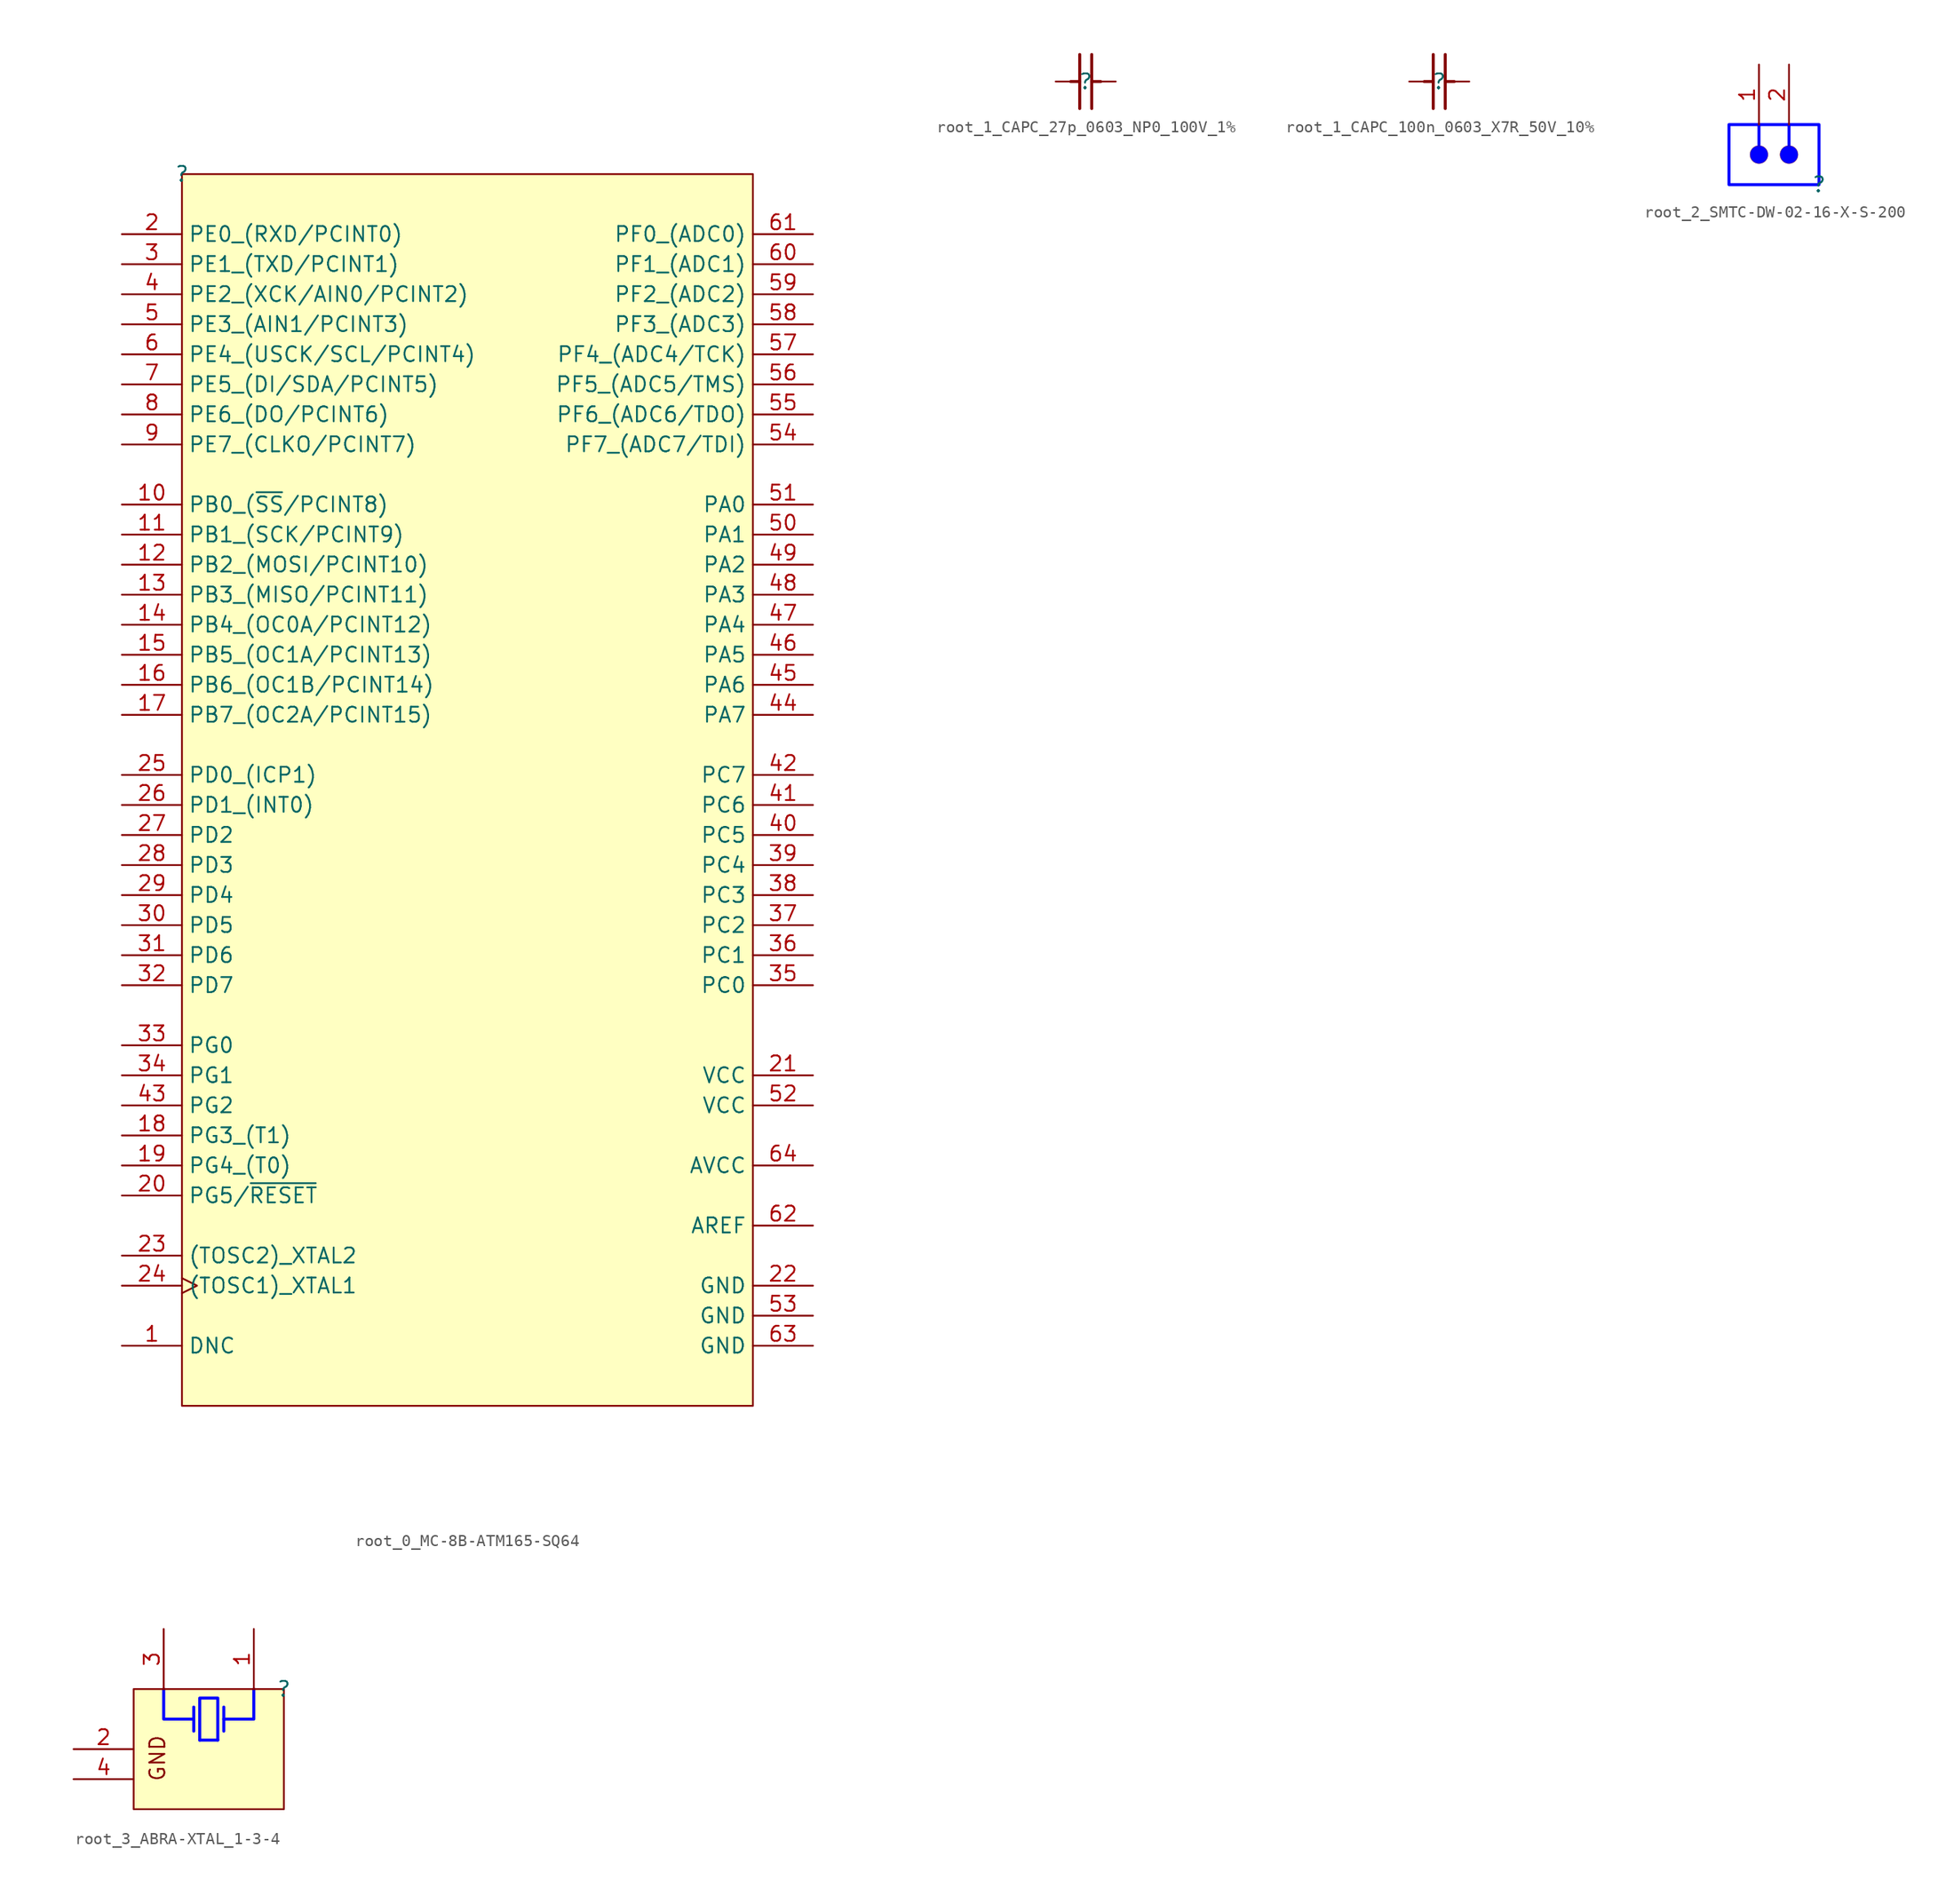
<source format=kicad_sym>
(kicad_symbol_lib
  (version 20220914)
  (generator kicad_symbol_editor)
  (symbol "root_0_MC-8B-ATM165-SQ64"
    (property "Reference" ""
      (at 0 0 0)
      (effects (font (size 1.27 1.27))))
    (property "Value" ""
      (at 0 0 0)
      (effects (font (size 1.27 1.27))))
    (symbol "root_0_MC-8B-ATM165-SQ64_1_0"
      (rectangle (start 48.26 0) (end 0 -104.14) (stroke (width 0) (type solid)) (fill (type background)))
      (pin passive line (at -5.08 -99.06 0) (length 5.08) (name "DNC" (effects (font (size 1.27 1.27)))) (number "1" (effects (font (size 1.27 1.27)))))
      (pin bidirectional line (at -5.08 -27.94 0) (length 5.08) (name "PB0_(~{SS}/PCINT8)" (effects (font (size 1.27 1.27)))) (number "10" (effects (font (size 1.27 1.27)))))
      (pin bidirectional line (at -5.08 -30.48 0) (length 5.08) (name "PB1_(SCK/PCINT9)" (effects (font (size 1.27 1.27)))) (number "11" (effects (font (size 1.27 1.27)))))
      (pin bidirectional line (at -5.08 -33.02 0) (length 5.08) (name "PB2_(MOSI/PCINT10)" (effects (font (size 1.27 1.27)))) (number "12" (effects (font (size 1.27 1.27)))))
      (pin bidirectional line (at -5.08 -35.56 0) (length 5.08) (name "PB3_(MISO/PCINT11)" (effects (font (size 1.27 1.27)))) (number "13" (effects (font (size 1.27 1.27)))))
      (pin bidirectional line (at -5.08 -38.1 0) (length 5.08) (name "PB4_(OC0A/PCINT12)" (effects (font (size 1.27 1.27)))) (number "14" (effects (font (size 1.27 1.27)))))
      (pin bidirectional line (at -5.08 -40.64 0) (length 5.08) (name "PB5_(OC1A/PCINT13)" (effects (font (size 1.27 1.27)))) (number "15" (effects (font (size 1.27 1.27)))))
      (pin bidirectional line (at -5.08 -43.18 0) (length 5.08) (name "PB6_(OC1B/PCINT14)" (effects (font (size 1.27 1.27)))) (number "16" (effects (font (size 1.27 1.27)))))
      (pin bidirectional line (at -5.08 -45.72 0) (length 5.08) (name "PB7_(OC2A/PCINT15)" (effects (font (size 1.27 1.27)))) (number "17" (effects (font (size 1.27 1.27)))))
      (pin bidirectional line (at -5.08 -81.28 0) (length 5.08) (name "PG3_(T1)" (effects (font (size 1.27 1.27)))) (number "18" (effects (font (size 1.27 1.27)))))
      (pin bidirectional line (at -5.08 -83.82 0) (length 5.08) (name "PG4_(T0)" (effects (font (size 1.27 1.27)))) (number "19" (effects (font (size 1.27 1.27)))))
      (pin bidirectional line (at -5.08 -5.08 0) (length 5.08) (name "PE0_(RXD/PCINT0)" (effects (font (size 1.27 1.27)))) (number "2" (effects (font (size 1.27 1.27)))))
      (pin bidirectional line (at -5.08 -86.36 0) (length 5.08) (name "PG5/~{RESET}" (effects (font (size 1.27 1.27)))) (number "20" (effects (font (size 1.27 1.27)))))
      (pin power_in line (at 53.34 -76.2 180) (length 5.08) (name "VCC" (effects (font (size 1.27 1.27)))) (number "21" (effects (font (size 1.27 1.27)))))
      (pin power_in line (at 53.34 -93.98 180) (length 5.08) (name "GND" (effects (font (size 1.27 1.27)))) (number "22" (effects (font (size 1.27 1.27)))))
      (pin output line (at -5.08 -91.44 0) (length 5.08) (name "(TOSC2)_XTAL2" (effects (font (size 1.27 1.27)))) (number "23" (effects (font (size 1.27 1.27)))))
      (pin input clock (at -5.08 -93.98 0) (length 5.08) (name "(TOSC1)_XTAL1" (effects (font (size 1.27 1.27)))) (number "24" (effects (font (size 1.27 1.27)))))
      (pin bidirectional line (at -5.08 -50.8 0) (length 5.08) (name "PD0_(ICP1)" (effects (font (size 1.27 1.27)))) (number "25" (effects (font (size 1.27 1.27)))))
      (pin bidirectional line (at -5.08 -53.34 0) (length 5.08) (name "PD1_(INT0)" (effects (font (size 1.27 1.27)))) (number "26" (effects (font (size 1.27 1.27)))))
      (pin bidirectional line (at -5.08 -55.88 0) (length 5.08) (name "PD2" (effects (font (size 1.27 1.27)))) (number "27" (effects (font (size 1.27 1.27)))))
      (pin bidirectional line (at -5.08 -58.42 0) (length 5.08) (name "PD3" (effects (font (size 1.27 1.27)))) (number "28" (effects (font (size 1.27 1.27)))))
      (pin bidirectional line (at -5.08 -60.96 0) (length 5.08) (name "PD4" (effects (font (size 1.27 1.27)))) (number "29" (effects (font (size 1.27 1.27)))))
      (pin bidirectional line (at -5.08 -7.62 0) (length 5.08) (name "PE1_(TXD/PCINT1)" (effects (font (size 1.27 1.27)))) (number "3" (effects (font (size 1.27 1.27)))))
      (pin bidirectional line (at -5.08 -63.5 0) (length 5.08) (name "PD5" (effects (font (size 1.27 1.27)))) (number "30" (effects (font (size 1.27 1.27)))))
      (pin bidirectional line (at -5.08 -66.04 0) (length 5.08) (name "PD6" (effects (font (size 1.27 1.27)))) (number "31" (effects (font (size 1.27 1.27)))))
      (pin bidirectional line (at -5.08 -68.58 0) (length 5.08) (name "PD7" (effects (font (size 1.27 1.27)))) (number "32" (effects (font (size 1.27 1.27)))))
      (pin bidirectional line (at -5.08 -73.66 0) (length 5.08) (name "PG0" (effects (font (size 1.27 1.27)))) (number "33" (effects (font (size 1.27 1.27)))))
      (pin bidirectional line (at -5.08 -76.2 0) (length 5.08) (name "PG1" (effects (font (size 1.27 1.27)))) (number "34" (effects (font (size 1.27 1.27)))))
      (pin bidirectional line (at 53.34 -68.58 180) (length 5.08) (name "PC0" (effects (font (size 1.27 1.27)))) (number "35" (effects (font (size 1.27 1.27)))))
      (pin bidirectional line (at 53.34 -66.04 180) (length 5.08) (name "PC1" (effects (font (size 1.27 1.27)))) (number "36" (effects (font (size 1.27 1.27)))))
      (pin bidirectional line (at 53.34 -63.5 180) (length 5.08) (name "PC2" (effects (font (size 1.27 1.27)))) (number "37" (effects (font (size 1.27 1.27)))))
      (pin bidirectional line (at 53.34 -60.96 180) (length 5.08) (name "PC3" (effects (font (size 1.27 1.27)))) (number "38" (effects (font (size 1.27 1.27)))))
      (pin bidirectional line (at 53.34 -58.42 180) (length 5.08) (name "PC4" (effects (font (size 1.27 1.27)))) (number "39" (effects (font (size 1.27 1.27)))))
      (pin bidirectional line (at -5.08 -10.16 0) (length 5.08) (name "PE2_(XCK/AIN0/PCINT2)" (effects (font (size 1.27 1.27)))) (number "4" (effects (font (size 1.27 1.27)))))
      (pin bidirectional line (at 53.34 -55.88 180) (length 5.08) (name "PC5" (effects (font (size 1.27 1.27)))) (number "40" (effects (font (size 1.27 1.27)))))
      (pin bidirectional line (at 53.34 -53.34 180) (length 5.08) (name "PC6" (effects (font (size 1.27 1.27)))) (number "41" (effects (font (size 1.27 1.27)))))
      (pin bidirectional line (at 53.34 -50.8 180) (length 5.08) (name "PC7" (effects (font (size 1.27 1.27)))) (number "42" (effects (font (size 1.27 1.27)))))
      (pin bidirectional line (at -5.08 -78.74 0) (length 5.08) (name "PG2" (effects (font (size 1.27 1.27)))) (number "43" (effects (font (size 1.27 1.27)))))
      (pin bidirectional line (at 53.34 -45.72 180) (length 5.08) (name "PA7" (effects (font (size 1.27 1.27)))) (number "44" (effects (font (size 1.27 1.27)))))
      (pin bidirectional line (at 53.34 -43.18 180) (length 5.08) (name "PA6" (effects (font (size 1.27 1.27)))) (number "45" (effects (font (size 1.27 1.27)))))
      (pin bidirectional line (at 53.34 -40.64 180) (length 5.08) (name "PA5" (effects (font (size 1.27 1.27)))) (number "46" (effects (font (size 1.27 1.27)))))
      (pin bidirectional line (at 53.34 -38.1 180) (length 5.08) (name "PA4" (effects (font (size 1.27 1.27)))) (number "47" (effects (font (size 1.27 1.27)))))
      (pin bidirectional line (at 53.34 -35.56 180) (length 5.08) (name "PA3" (effects (font (size 1.27 1.27)))) (number "48" (effects (font (size 1.27 1.27)))))
      (pin bidirectional line (at 53.34 -33.02 180) (length 5.08) (name "PA2" (effects (font (size 1.27 1.27)))) (number "49" (effects (font (size 1.27 1.27)))))
      (pin bidirectional line (at -5.08 -12.7 0) (length 5.08) (name "PE3_(AIN1/PCINT3)" (effects (font (size 1.27 1.27)))) (number "5" (effects (font (size 1.27 1.27)))))
      (pin bidirectional line (at 53.34 -30.48 180) (length 5.08) (name "PA1" (effects (font (size 1.27 1.27)))) (number "50" (effects (font (size 1.27 1.27)))))
      (pin bidirectional line (at 53.34 -27.94 180) (length 5.08) (name "PA0" (effects (font (size 1.27 1.27)))) (number "51" (effects (font (size 1.27 1.27)))))
      (pin power_in line (at 53.34 -78.74 180) (length 5.08) (name "VCC" (effects (font (size 1.27 1.27)))) (number "52" (effects (font (size 1.27 1.27)))))
      (pin power_in line (at 53.34 -96.52 180) (length 5.08) (name "GND" (effects (font (size 1.27 1.27)))) (number "53" (effects (font (size 1.27 1.27)))))
      (pin bidirectional line (at 53.34 -22.86 180) (length 5.08) (name "PF7_(ADC7/TDI)" (effects (font (size 1.27 1.27)))) (number "54" (effects (font (size 1.27 1.27)))))
      (pin bidirectional line (at 53.34 -20.32 180) (length 5.08) (name "PF6_(ADC6/TDO)" (effects (font (size 1.27 1.27)))) (number "55" (effects (font (size 1.27 1.27)))))
      (pin bidirectional line (at 53.34 -17.78 180) (length 5.08) (name "PF5_(ADC5/TMS)" (effects (font (size 1.27 1.27)))) (number "56" (effects (font (size 1.27 1.27)))))
      (pin bidirectional line (at 53.34 -15.24 180) (length 5.08) (name "PF4_(ADC4/TCK)" (effects (font (size 1.27 1.27)))) (number "57" (effects (font (size 1.27 1.27)))))
      (pin bidirectional line (at 53.34 -12.7 180) (length 5.08) (name "PF3_(ADC3)" (effects (font (size 1.27 1.27)))) (number "58" (effects (font (size 1.27 1.27)))))
      (pin bidirectional line (at 53.34 -10.16 180) (length 5.08) (name "PF2_(ADC2)" (effects (font (size 1.27 1.27)))) (number "59" (effects (font (size 1.27 1.27)))))
      (pin bidirectional line (at -5.08 -15.24 0) (length 5.08) (name "PE4_(USCK/SCL/PCINT4)" (effects (font (size 1.27 1.27)))) (number "6" (effects (font (size 1.27 1.27)))))
      (pin bidirectional line (at 53.34 -7.62 180) (length 5.08) (name "PF1_(ADC1)" (effects (font (size 1.27 1.27)))) (number "60" (effects (font (size 1.27 1.27)))))
      (pin bidirectional line (at 53.34 -5.08 180) (length 5.08) (name "PF0_(ADC0)" (effects (font (size 1.27 1.27)))) (number "61" (effects (font (size 1.27 1.27)))))
      (pin power_in line (at 53.34 -88.9 180) (length 5.08) (name "AREF" (effects (font (size 1.27 1.27)))) (number "62" (effects (font (size 1.27 1.27)))))
      (pin power_in line (at 53.34 -99.06 180) (length 5.08) (name "GND" (effects (font (size 1.27 1.27)))) (number "63" (effects (font (size 1.27 1.27)))))
      (pin power_in line (at 53.34 -83.82 180) (length 5.08) (name "AVCC" (effects (font (size 1.27 1.27)))) (number "64" (effects (font (size 1.27 1.27)))))
      (pin bidirectional line (at -5.08 -17.78 0) (length 5.08) (name "PE5_(DI/SDA/PCINT5)" (effects (font (size 1.27 1.27)))) (number "7" (effects (font (size 1.27 1.27)))))
      (pin bidirectional line (at -5.08 -20.32 0) (length 5.08) (name "PE6_(DO/PCINT6)" (effects (font (size 1.27 1.27)))) (number "8" (effects (font (size 1.27 1.27)))))
      (pin bidirectional line (at -5.08 -22.86 0) (length 5.08) (name "PE7_(CLKO/PCINT7)" (effects (font (size 1.27 1.27)))) (number "9" (effects (font (size 1.27 1.27)))))))
  (symbol "root_1_CAPC_27p_0603_NP0_100V_1%"
    (property "Reference" ""
      (at 0 0 0)
      (effects (font (size 1.27 1.27))))
    (property "Value" ""
      (at 0 0 0)
      (effects (font (size 1.27 1.27))))
    (symbol "root_1_CAPC_27p_0603_NP0_100V_1%_1_0"
      (polyline (pts (xy -1.27 0) (xy -0.508 0)) (stroke (width 0.254) (type solid)) (fill (type none)))
      (polyline (pts (xy -0.508 -2.286) (xy -0.508 2.286)) (stroke (width 0.254) (type solid)) (fill (type none)))
      (polyline (pts (xy 0.508 -2.286) (xy 0.508 2.286)) (stroke (width 0.254) (type solid)) (fill (type none)))
      (polyline (pts (xy 0.508 0) (xy 1.27 0)) (stroke (width 0.254) (type solid)) (fill (type none)))
      (pin passive line (at -2.54 0 0) (length 1.27) (name "" (effects (font (size 0 0)))) (number "1" (effects (font (size 0 0)))))
      (pin passive line (at 2.54 0 180) (length 1.27) (name "" (effects (font (size 0 0)))) (number "2" (effects (font (size 0 0)))))))
  (symbol "root_1_CAPC_100n_0603_X7R_50V_10%"
    (property "Reference" ""
      (at 0 0 0)
      (effects (font (size 1.27 1.27))))
    (property "Value" ""
      (at 0 0 0)
      (effects (font (size 1.27 1.27))))
    (symbol "root_1_CAPC_100n_0603_X7R_50V_10%_1_0"
      (polyline (pts (xy -1.27 0) (xy -0.508 0)) (stroke (width 0.254) (type solid)) (fill (type none)))
      (polyline (pts (xy -0.508 -2.286) (xy -0.508 2.286)) (stroke (width 0.254) (type solid)) (fill (type none)))
      (polyline (pts (xy 0.508 -2.286) (xy 0.508 2.286)) (stroke (width 0.254) (type solid)) (fill (type none)))
      (polyline (pts (xy 0.508 0) (xy 1.27 0)) (stroke (width 0.254) (type solid)) (fill (type none)))
      (pin passive line (at -2.54 0 0) (length 1.27) (name "" (effects (font (size 0 0)))) (number "1" (effects (font (size 0 0)))))
      (pin passive line (at 2.54 0 180) (length 1.27) (name "" (effects (font (size 0 0)))) (number "2" (effects (font (size 0 0)))))))
  (symbol "root_2_SMTC-DW-02-16-X-S-200"
    (property "Reference" ""
      (at 0 0 0)
      (effects (font (size 1.27 1.27))))
    (property "Value" ""
      (at 0 0 0)
      (effects (font (size 1.27 1.27))))
    (symbol "root_2_SMTC-DW-02-16-X-S-200_1_0"
      (circle (center -5.08 2.54) (radius 0.762) (stroke (width 0.0001) (type solid)) (fill (type color) (color 0 0 255 1)))
      (circle (center -2.54 2.54) (radius 0.762) (stroke (width 0.0001) (type solid)) (fill (type color) (color 0 0 255 1)))
      (polyline (pts (xy -5.08 5.08) (xy -5.08 3.302)) (stroke (width 0.254) (type solid) (color 0 0 255 1)) (fill (type none)))
      (polyline (pts (xy -2.54 5.08) (xy -2.54 3.302)) (stroke (width 0.254) (type solid) (color 0 0 255 1)) (fill (type none)))
      (polyline (pts (xy -7.62 5.08) (xy -7.62 0) (xy 0 0) (xy 0 5.08) (xy -7.62 5.08)) (stroke (width 0.254) (type solid) (color 0 0 255 1)) (fill (type none)))
      (pin passive line (at -5.08 10.16 270) (length 5.08) (name "1" (effects (font (size 0 0)))) (number "1" (effects (font (size 1.27 1.27)))))
      (pin passive line (at -2.54 10.16 270) (length 5.08) (name "2" (effects (font (size 0 0)))) (number "2" (effects (font (size 1.27 1.27)))))))
  (symbol "root_3_ABRA-XTAL_1-3-4"
    (property "Reference" ""
      (at 0 0 0)
      (effects (font (size 1.27 1.27))))
    (property "Value" ""
      (at 0 0 0)
      (effects (font (size 1.27 1.27))))
    (symbol "root_3_ABRA-XTAL_1-3-4_1_0"
      (rectangle (start 0 0) (end -12.7 -10.16) (stroke (width 0) (type solid)) (fill (type background)))
      (polyline (pts (xy -7.62 -3.556) (xy -7.62 -1.524)) (stroke (width 0.254) (type solid) (color 0 0 255 1)) (fill (type none)))
      (polyline (pts (xy -5.588 -4.318) (xy -7.112 -4.318)) (stroke (width 0.254) (type solid) (color 0 0 255 1)) (fill (type none)))
      (polyline (pts (xy -5.08 -3.556) (xy -5.08 -1.524)) (stroke (width 0.254) (type solid) (color 0 0 255 1)) (fill (type none)))
      (polyline (pts (xy -10.16 0) (xy -10.16 -2.54) (xy -7.62 -2.54)) (stroke (width 0.254) (type solid) (color 0 0 255 1)) (fill (type none)))
      (polyline (pts (xy -2.54 0) (xy -2.54 -2.54) (xy -5.08 -2.54)) (stroke (width 0.254) (type solid) (color 0 0 255 1)) (fill (type none)))
      (polyline (pts (xy -7.112 -4.318) (xy -7.112 -0.762) (xy -5.588 -0.762) (xy -5.588 -4.318)) (stroke (width 0.254) (type solid) (color 0 0 255 1)) (fill (type none)))
      (text "GND" (at -11.43 -3.81 900) (effects (font (size 1.27 1.27)) (justify right top)))
      (pin passive line (at -2.54 5.08 270) (length 5.08) (name "X1" (effects (font (size 0 0)))) (number "1" (effects (font (size 1.27 1.27)))))
      (pin power_in line (at -17.78 -5.08 0) (length 5.08) (name "GND" (effects (font (size 0 0)))) (number "2" (effects (font (size 1.27 1.27)))))
      (pin passive line (at -10.16 5.08 270) (length 5.08) (name "X2" (effects (font (size 0 0)))) (number "3" (effects (font (size 1.27 1.27)))))
      (pin power_in line (at -17.78 -7.62 0) (length 5.08) (name "GND" (effects (font (size 0 0)))) (number "4" (effects (font (size 1.27 1.27))))))))
</source>
